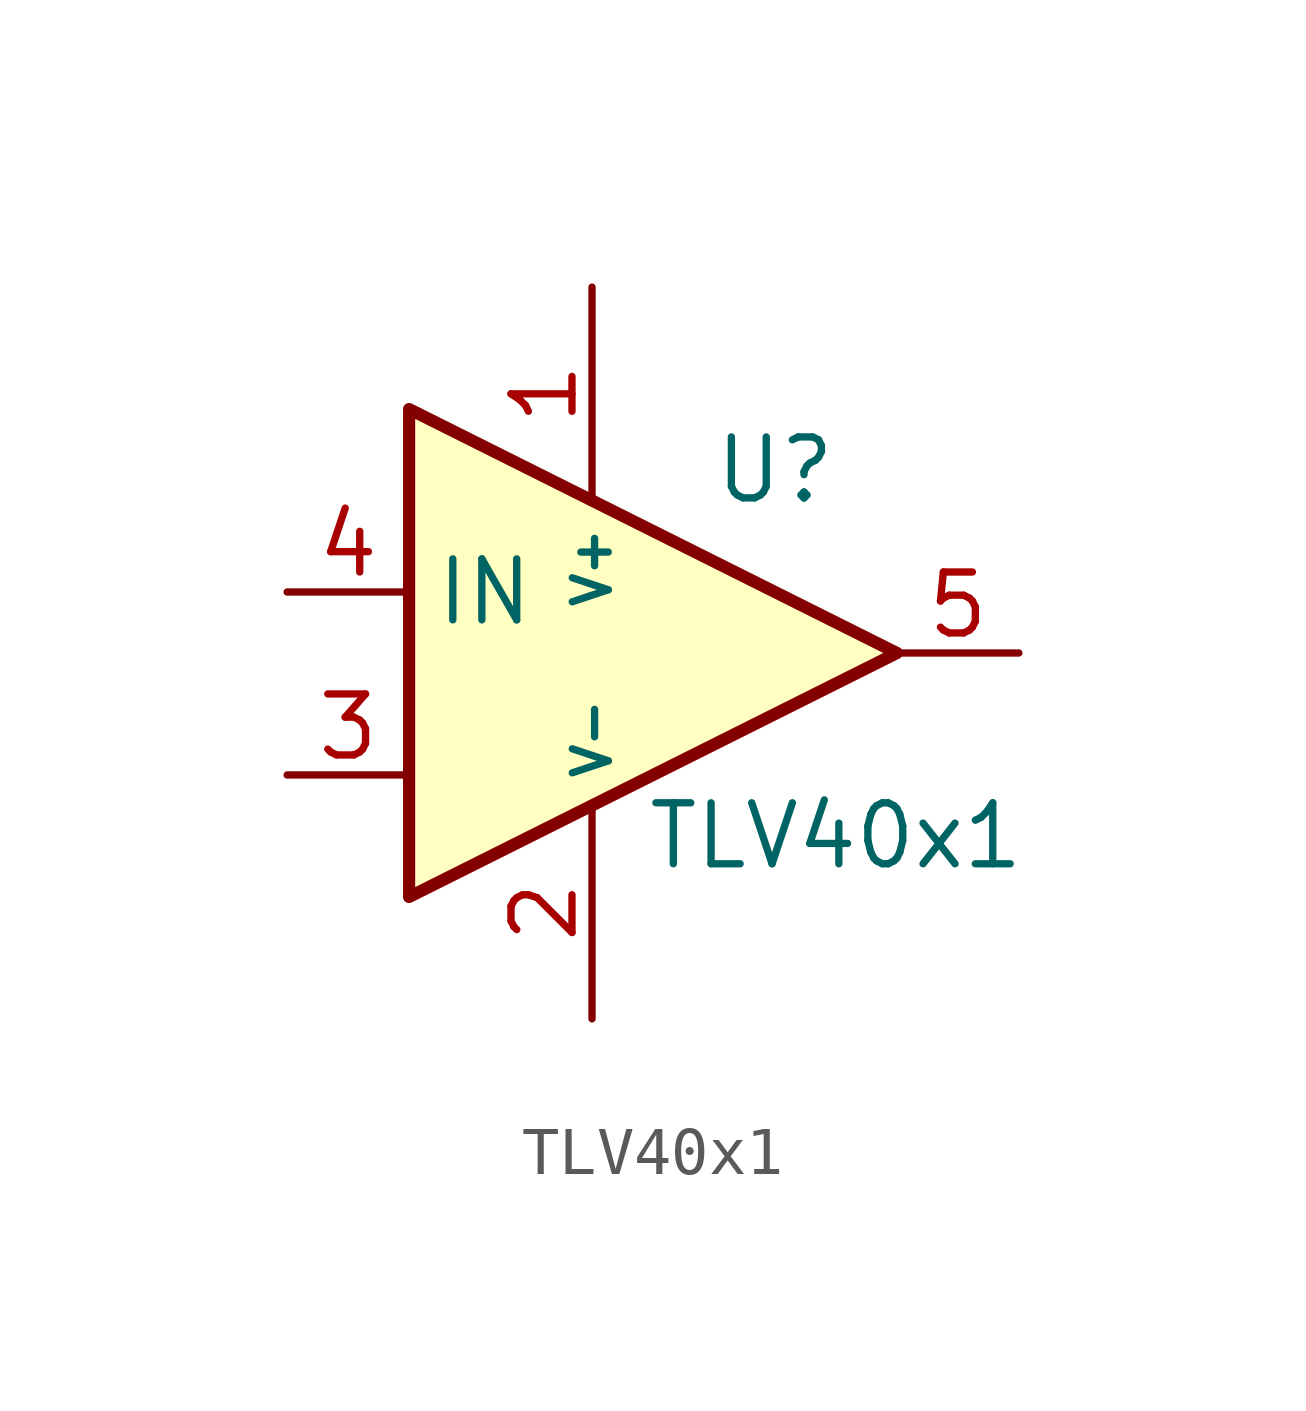
<source format=kicad_sym>
(kicad_symbol_lib
  (version 20231120)
  (generator "kicad_symbol_editor")
  (generator_version "8.0")
  (symbol "TLV40x1"
    (property "Reference" "U"
      (at 3.81 3.81 0)
      (effects (font (size 1.27 1.27))))
    (property "Value" "TLV40x1"
      (at 5.08 -3.81 0)
      (effects (font (size 1.27 1.27))))
    (symbol "TLV40x1_1_1"
      (polyline (pts (xy -3.81 5.08) (xy 6.35 0) (xy -3.81 -5.08) (xy -3.81 5.08)) (stroke (width 0.254) (type default)) (fill (type background)))
      (pin input line (at 0 7.62 270) (length 4.445) (name "V+" (effects (font (size 0.75 0.75)))) (number "1" (effects (font (size 1.27 1.27)))))
      (pin input line (at 0 -7.62 90) (length 4.445) (name "V-" (effects (font (size 0.75 0.75)))) (number "2" (effects (font (size 1.27 1.27)))))
      (pin input line (at -6.35 -2.54 0) (length 2.54) (name "" (effects (font (size 1.27 1.27)))) (number "3" (effects (font (size 1.27 1.27)))))
      (pin input line (at -6.35 1.27 0) (length 2.54) (name "IN" (effects (font (size 1.27 1.27)))) (number "4" (effects (font (size 1.27 1.27)))))
      (pin output line (at 8.89 0 180) (length 2.54) (name "~" (effects (font (size 1.27 1.27)))) (number "5" (effects (font (size 1.27 1.27))))))))
</source>
